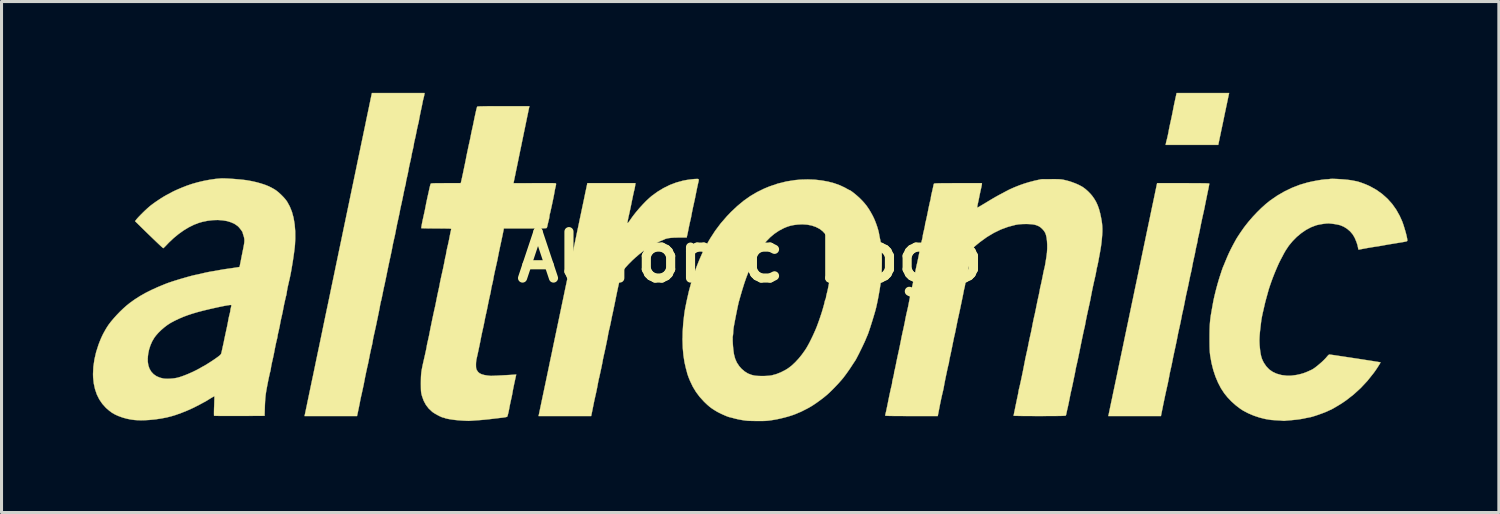
<source format=kicad_pcb>
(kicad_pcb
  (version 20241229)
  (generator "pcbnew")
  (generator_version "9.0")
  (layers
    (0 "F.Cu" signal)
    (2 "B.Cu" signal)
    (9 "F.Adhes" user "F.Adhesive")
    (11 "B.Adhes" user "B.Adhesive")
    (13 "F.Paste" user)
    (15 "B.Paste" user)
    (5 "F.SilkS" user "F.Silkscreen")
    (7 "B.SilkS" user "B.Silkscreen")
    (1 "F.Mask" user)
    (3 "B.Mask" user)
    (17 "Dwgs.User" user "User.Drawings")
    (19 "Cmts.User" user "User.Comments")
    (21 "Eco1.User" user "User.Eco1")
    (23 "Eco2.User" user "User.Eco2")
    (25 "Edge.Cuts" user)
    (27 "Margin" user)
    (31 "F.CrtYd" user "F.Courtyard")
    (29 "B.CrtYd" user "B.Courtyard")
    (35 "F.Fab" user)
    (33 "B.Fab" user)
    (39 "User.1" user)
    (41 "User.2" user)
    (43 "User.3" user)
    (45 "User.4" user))
  (footprint "Altronic Logo"
    (layer "F.Cu")
    (at 21.582 5.39)
    (property "Reference" "Altronic Logo" (at 0 0 0) (layer "F.SilkS") (effects (font (size 1.524 1.524) (thickness 0.3))))
    (attr through_hole)
    (fp_poly (pts (xy 15.718 -5.356) (xy 15.714 -5.339) (xy 15.706 -5.299) (xy 15.693 -5.239) (xy 15.677 -5.16) (xy 15.657 -5.065) (xy 15.634 -4.957) (xy 15.609 -4.836) (xy 15.581 -4.706) (xy 15.553 -4.569) (xy 15.546 -4.534) (xy 15.517 -4.395) (xy 15.489 -4.263) (xy 15.463 -4.14) (xy 15.44 -4.028) (xy 15.419 -3.93) (xy 15.402 -3.847) (xy 15.388 -3.782) (xy 15.379 -3.737) (xy 15.374 -3.714) (xy 15.373 -3.712) (xy 15.367 -3.683) (xy 13.64 -3.683) (xy 13.648 -3.724) (xy 13.655 -3.762) (xy 13.666 -3.809) (xy 13.672 -3.829) (xy 13.693 -3.912) (xy 13.712 -3.996) (xy 13.728 -4.072) (xy 13.74 -4.134) (xy 13.742 -4.147) (xy 13.747 -4.179) (xy 13.758 -4.231) (xy 13.771 -4.298) (xy 13.788 -4.374) (xy 13.805 -4.451) (xy 13.823 -4.533) (xy 13.84 -4.613) (xy 13.855 -4.686) (xy 13.867 -4.745) (xy 13.874 -4.782) (xy 13.889 -4.858) (xy 13.907 -4.953) (xy 13.929 -5.058) (xy 13.953 -5.169) (xy 13.973 -5.261) (xy 14.001 -5.385) (xy 15.725 -5.385) (xy 15.718 -5.356)) (stroke (width 0.01) (type solid)) (fill yes) (layer "F.SilkS"))
    (fp_poly (pts (xy 14.392 -2.426) (xy 14.542 -2.425) (xy 14.67 -2.425) (xy 14.778 -2.424) (xy 14.866 -2.423) (xy 14.936 -2.422) (xy 14.99 -2.42) (xy 15.029 -2.418) (xy 15.056 -2.416) (xy 15.07 -2.413) (xy 15.075 -2.41) (xy 15.075 -2.41) (xy 15.072 -2.393) (xy 15.065 -2.355) (xy 15.055 -2.3) (xy 15.041 -2.23) (xy 15.024 -2.15) (xy 15.01 -2.083) (xy 14.991 -1.99) (xy 14.973 -1.9) (xy 14.956 -1.817) (xy 14.942 -1.746) (xy 14.931 -1.692) (xy 14.927 -1.67) (xy 14.917 -1.619) (xy 14.903 -1.552) (xy 14.886 -1.476) (xy 14.869 -1.399) (xy 14.865 -1.384) (xy 14.848 -1.307) (xy 14.828 -1.214) (xy 14.807 -1.114) (xy 14.787 -1.017) (xy 14.777 -0.965) (xy 14.762 -0.886) (xy 14.746 -0.811) (xy 14.732 -0.745) (xy 14.721 -0.695) (xy 14.713 -0.666) (xy 14.702 -0.622) (xy 14.695 -0.583) (xy 14.694 -0.569) (xy 14.691 -0.543) (xy 14.683 -0.499) (xy 14.671 -0.444) (xy 14.661 -0.404) (xy 14.646 -0.34) (xy 14.632 -0.275) (xy 14.621 -0.219) (xy 14.617 -0.197) (xy 14.61 -0.155) (xy 14.598 -0.095) (xy 14.583 -0.027) (xy 14.567 0.043) (xy 14.567 0.044) (xy 14.55 0.118) (xy 14.534 0.196) (xy 14.52 0.266) (xy 14.511 0.318) (xy 14.499 0.386) (xy 14.483 0.46) (xy 14.468 0.526) (xy 14.467 0.528) (xy 14.455 0.579) (xy 14.44 0.648) (xy 14.424 0.724) (xy 14.409 0.8) (xy 14.408 0.806) (xy 14.392 0.884) (xy 14.375 0.966) (xy 14.359 1.042) (xy 14.344 1.103) (xy 14.344 1.105) (xy 14.332 1.158) (xy 14.316 1.229) (xy 14.299 1.311) (xy 14.282 1.398) (xy 14.269 1.465) (xy 14.253 1.547) (xy 14.238 1.625) (xy 14.223 1.694) (xy 14.211 1.75) (xy 14.203 1.783) (xy 14.19 1.837) (xy 14.176 1.902) (xy 14.166 1.956) (xy 14.158 2.002) (xy 14.145 2.065) (xy 14.13 2.14) (xy 14.113 2.219) (xy 14.104 2.261) (xy 14.088 2.332) (xy 14.073 2.398) (xy 14.061 2.451) (xy 14.053 2.488) (xy 14.05 2.502) (xy 14.021 2.654) (xy 13.995 2.784) (xy 13.972 2.892) (xy 13.953 2.982) (xy 13.938 3.048) (xy 13.925 3.11) (xy 13.908 3.188) (xy 13.89 3.274) (xy 13.873 3.358) (xy 13.868 3.385) (xy 13.853 3.462) (xy 13.837 3.54) (xy 13.822 3.61) (xy 13.809 3.665) (xy 13.805 3.683) (xy 13.793 3.737) (xy 13.778 3.805) (xy 13.764 3.878) (xy 13.756 3.924) (xy 13.743 3.993) (xy 13.726 4.076) (xy 13.708 4.165) (xy 13.689 4.249) (xy 13.686 4.261) (xy 13.665 4.356) (xy 13.64 4.469) (xy 13.613 4.594) (xy 13.586 4.725) (xy 13.559 4.854) (xy 13.535 4.976) (xy 13.53 4.997) (xy 13.519 5.055) (xy 13.507 5.113) (xy 13.499 5.153) (xy 13.486 5.22) (xy 11.757 5.22) (xy 11.765 5.191) (xy 11.768 5.177) (xy 11.776 5.138) (xy 11.789 5.077) (xy 11.806 4.993) (xy 11.828 4.889) (xy 11.854 4.764) (xy 11.885 4.621) (xy 11.918 4.459) (xy 11.956 4.281) (xy 11.997 4.086) (xy 12.041 3.876) (xy 12.088 3.651) (xy 12.137 3.414) (xy 12.19 3.164) (xy 12.245 2.902) (xy 12.301 2.631) (xy 12.36 2.35) (xy 12.421 2.06) (xy 12.483 1.763) (xy 12.546 1.46) (xy 12.56 1.397) (xy 12.623 1.092) (xy 12.686 0.794) (xy 12.747 0.503) (xy 12.806 0.22) (xy 12.863 -0.054) (xy 12.918 -0.317) (xy 12.971 -0.569) (xy 13.021 -0.81) (xy 13.069 -1.037) (xy 13.114 -1.25) (xy 13.155 -1.448) (xy 13.193 -1.63) (xy 13.228 -1.795) (xy 13.259 -1.942) (xy 13.286 -2.071) (xy 13.308 -2.179) (xy 13.327 -2.267) (xy 13.341 -2.333) (xy 13.35 -2.377) (xy 13.354 -2.396) (xy 13.354 -2.397) (xy 13.361 -2.426) (xy 14.218 -2.426) (xy 14.392 -2.426)) (stroke (width 0.01) (type solid)) (fill yes) (layer "F.SilkS"))
    (fp_poly (pts (xy -1.715 -2.564) (xy -1.696 -2.555) (xy -1.689 -2.536) (xy -1.692 -2.502) (xy -1.704 -2.448) (xy -1.707 -2.438) (xy -1.716 -2.401) (xy -1.728 -2.344) (xy -1.744 -2.271) (xy -1.761 -2.188) (xy -1.779 -2.099) (xy -1.797 -2.009) (xy -1.807 -1.956) (xy -1.812 -1.933) (xy -1.821 -1.89) (xy -1.834 -1.833) (xy -1.849 -1.765) (xy -1.86 -1.714) (xy -1.878 -1.635) (xy -1.894 -1.556) (xy -1.909 -1.484) (xy -1.92 -1.426) (xy -1.924 -1.403) (xy -1.936 -1.337) (xy -1.951 -1.263) (xy -1.966 -1.2) (xy -1.98 -1.142) (xy -1.996 -1.071) (xy -2.011 -0.997) (xy -2.019 -0.959) (xy -2.032 -0.891) (xy -2.046 -0.82) (xy -2.059 -0.759) (xy -2.066 -0.73) (xy -2.086 -0.641) (xy -2.335 -0.641) (xy -2.479 -0.639) (xy -2.6 -0.631) (xy -2.699 -0.618) (xy -2.774 -0.6) (xy -2.824 -0.578) (xy -2.859 -0.561) (xy -2.883 -0.552) (xy -2.906 -0.543) (xy -2.947 -0.525) (xy -2.999 -0.501) (xy -3.057 -0.473) (xy -3.115 -0.445) (xy -3.168 -0.418) (xy -3.207 -0.398) (xy -3.303 -0.341) (xy -3.411 -0.269) (xy -3.526 -0.184) (xy -3.644 -0.092) (xy -3.758 0.005) (xy -3.866 0.103) (xy -3.888 0.125) (xy -4.003 0.241) (xy -4.097 0.344) (xy -4.169 0.436) (xy -4.221 0.516) (xy -4.252 0.585) (xy -4.261 0.625) (xy -4.269 0.672) (xy -4.28 0.731) (xy -4.293 0.787) (xy -4.311 0.866) (xy -4.33 0.948) (xy -4.349 1.038) (xy -4.371 1.14) (xy -4.395 1.257) (xy -4.423 1.394) (xy -4.432 1.441) (xy -4.451 1.535) (xy -4.47 1.627) (xy -4.488 1.712) (xy -4.503 1.785) (xy -4.515 1.842) (xy -4.521 1.867) (xy -4.535 1.928) (xy -4.55 2.002) (xy -4.565 2.078) (xy -4.572 2.115) (xy -4.586 2.184) (xy -4.602 2.256) (xy -4.616 2.32) (xy -4.624 2.349) (xy -4.639 2.413) (xy -4.655 2.485) (xy -4.666 2.546) (xy -4.678 2.616) (xy -4.695 2.704) (xy -4.716 2.805) (xy -4.738 2.913) (xy -4.761 3.022) (xy -4.784 3.127) (xy -4.801 3.2) (xy -4.815 3.265) (xy -4.828 3.325) (xy -4.838 3.373) (xy -4.843 3.403) (xy -4.843 3.404) (xy -4.848 3.433) (xy -4.857 3.482) (xy -4.87 3.546) (xy -4.885 3.62) (xy -4.902 3.698) (xy -4.919 3.776) (xy -4.935 3.85) (xy -4.949 3.913) (xy -4.96 3.961) (xy -4.967 3.988) (xy -4.974 4.017) (xy -4.984 4.065) (xy -4.996 4.125) (xy -5.008 4.192) (xy -5.01 4.204) (xy -5.026 4.288) (xy -5.045 4.382) (xy -5.065 4.475) (xy -5.08 4.54) (xy -5.096 4.612) (xy -5.113 4.686) (xy -5.127 4.752) (xy -5.137 4.801) (xy -5.158 4.907) (xy -5.182 5.027) (xy -5.207 5.15) (xy -5.208 5.153) (xy -5.222 5.22) (xy -6.95 5.22) (xy -6.942 5.191) (xy -6.939 5.176) (xy -6.931 5.138) (xy -6.918 5.076) (xy -6.901 4.993) (xy -6.879 4.889) (xy -6.853 4.764) (xy -6.823 4.621) (xy -6.789 4.459) (xy -6.751 4.28) (xy -6.71 4.086) (xy -6.666 3.875) (xy -6.619 3.651) (xy -6.57 3.413) (xy -6.517 3.164) (xy -6.463 2.902) (xy -6.406 2.631) (xy -6.347 2.35) (xy -6.286 2.06) (xy -6.224 1.763) (xy -6.161 1.46) (xy -6.147 1.397) (xy -6.084 1.092) (xy -6.021 0.794) (xy -5.96 0.503) (xy -5.901 0.22) (xy -5.844 -0.054) (xy -5.789 -0.317) (xy -5.736 -0.569) (xy -5.686 -0.81) (xy -5.638 -1.037) (xy -5.594 -1.25) (xy -5.552 -1.448) (xy -5.514 -1.63) (xy -5.479 -1.795) (xy -5.448 -1.943) (xy -5.422 -2.071) (xy -5.399 -2.179) (xy -5.38 -2.267) (xy -5.366 -2.333) (xy -5.357 -2.377) (xy -5.353 -2.396) (xy -5.353 -2.397) (xy -5.346 -2.426) (xy -4.557 -2.426) (xy -3.768 -2.426) (xy -3.777 -2.353) (xy -3.785 -2.301) (xy -3.797 -2.239) (xy -3.809 -2.191) (xy -3.819 -2.151) (xy -3.832 -2.091) (xy -3.848 -2.018) (xy -3.865 -1.935) (xy -3.883 -1.85) (xy -3.886 -1.835) (xy -3.904 -1.743) (xy -3.924 -1.647) (xy -3.943 -1.555) (xy -3.961 -1.474) (xy -3.975 -1.41) (xy -3.975 -1.41) (xy -3.99 -1.345) (xy -4.003 -1.284) (xy -4.013 -1.234) (xy -4.019 -1.203) (xy -4.019 -1.202) (xy -4.026 -1.166) (xy -4.033 -1.139) (xy -4.034 -1.136) (xy -4.032 -1.12) (xy -4.024 -1.118) (xy -4.01 -1.128) (xy -3.986 -1.155) (xy -3.957 -1.194) (xy -3.937 -1.223) (xy -3.851 -1.345) (xy -3.751 -1.472) (xy -3.642 -1.601) (xy -3.529 -1.725) (xy -3.417 -1.841) (xy -3.308 -1.942) (xy -3.239 -2.002) (xy -3.049 -2.141) (xy -2.848 -2.263) (xy -2.64 -2.366) (xy -2.427 -2.447) (xy -2.215 -2.505) (xy -2.178 -2.513) (xy -2.092 -2.529) (xy -1.999 -2.543) (xy -1.908 -2.554) (xy -1.825 -2.562) (xy -1.757 -2.565) (xy -1.747 -2.565) (xy -1.715 -2.564)) (stroke (width 0.01) (type solid)) (fill yes) (layer "F.SilkS"))
    (fp_poly (pts (xy -10.7 -5.331) (xy -10.709 -5.284) (xy -10.722 -5.232) (xy -10.727 -5.213) (xy -10.74 -5.161) (xy -10.753 -5.103) (xy -10.757 -5.08) (xy -10.764 -5.044) (xy -10.775 -4.988) (xy -10.789 -4.92) (xy -10.805 -4.846) (xy -10.815 -4.801) (xy -10.831 -4.724) (xy -10.846 -4.649) (xy -10.859 -4.582) (xy -10.869 -4.53) (xy -10.872 -4.51) (xy -10.882 -4.453) (xy -10.895 -4.396) (xy -10.903 -4.364) (xy -10.912 -4.328) (xy -10.924 -4.274) (xy -10.939 -4.207) (xy -10.953 -4.135) (xy -10.96 -4.102) (xy -10.974 -4.029) (xy -10.989 -3.959) (xy -11.002 -3.899) (xy -11.013 -3.855) (xy -11.016 -3.842) (xy -11.029 -3.789) (xy -11.04 -3.731) (xy -11.043 -3.708) (xy -11.05 -3.665) (xy -11.061 -3.606) (xy -11.075 -3.542) (xy -11.083 -3.512) (xy -11.098 -3.448) (xy -11.112 -3.383) (xy -11.122 -3.328) (xy -11.125 -3.308) (xy -11.133 -3.263) (xy -11.146 -3.202) (xy -11.161 -3.136) (xy -11.17 -3.099) (xy -11.186 -3.029) (xy -11.202 -2.953) (xy -11.215 -2.884) (xy -11.22 -2.857) (xy -11.231 -2.796) (xy -11.246 -2.722) (xy -11.263 -2.647) (xy -11.27 -2.617) (xy -11.284 -2.559) (xy -11.295 -2.507) (xy -11.302 -2.468) (xy -11.303 -2.452) (xy -11.307 -2.42) (xy -11.316 -2.378) (xy -11.322 -2.358) (xy -11.33 -2.327) (xy -11.342 -2.275) (xy -11.356 -2.209) (xy -11.373 -2.132) (xy -11.389 -2.05) (xy -11.392 -2.034) (xy -11.409 -1.95) (xy -11.426 -1.869) (xy -11.441 -1.797) (xy -11.454 -1.739) (xy -11.463 -1.7) (xy -11.464 -1.695) (xy -11.476 -1.642) (xy -11.49 -1.578) (xy -11.5 -1.524) (xy -11.508 -1.478) (xy -11.521 -1.414) (xy -11.537 -1.34) (xy -11.554 -1.261) (xy -11.563 -1.219) (xy -11.582 -1.137) (xy -11.6 -1.05) (xy -11.616 -0.969) (xy -11.63 -0.9) (xy -11.634 -0.876) (xy -11.647 -0.809) (xy -11.663 -0.727) (xy -11.682 -0.644) (xy -11.697 -0.578) (xy -11.714 -0.505) (xy -11.73 -0.43) (xy -11.744 -0.361) (xy -11.753 -0.311) (xy -11.762 -0.262) (xy -11.775 -0.196) (xy -11.791 -0.12) (xy -11.808 -0.04) (xy -11.815 -0.006) (xy -11.832 0.067) (xy -11.851 0.158) (xy -11.873 0.26) (xy -11.895 0.367) (xy -11.917 0.472) (xy -11.925 0.514) (xy -11.944 0.608) (xy -11.963 0.7) (xy -11.981 0.785) (xy -11.996 0.858) (xy -12.008 0.915) (xy -12.014 0.94) (xy -12.026 0.992) (xy -12.041 1.062) (xy -12.057 1.14) (xy -12.073 1.22) (xy -12.078 1.243) (xy -12.091 1.311) (xy -12.104 1.37) (xy -12.114 1.416) (xy -12.122 1.444) (xy -12.124 1.45) (xy -12.129 1.468) (xy -12.137 1.504) (xy -12.147 1.553) (xy -12.154 1.592) (xy -12.167 1.666) (xy -12.185 1.759) (xy -12.207 1.867) (xy -12.231 1.985) (xy -12.257 2.108) (xy -12.282 2.231) (xy -12.308 2.348) (xy -12.331 2.455) (xy -12.352 2.547) (xy -12.358 2.572) (xy -12.372 2.636) (xy -12.385 2.705) (xy -12.395 2.765) (xy -12.405 2.827) (xy -12.42 2.897) (xy -12.433 2.949) (xy -12.443 2.992) (xy -12.457 3.055) (xy -12.473 3.129) (xy -12.49 3.21) (xy -12.502 3.274) (xy -12.518 3.353) (xy -12.533 3.43) (xy -12.547 3.497) (xy -12.559 3.55) (xy -12.566 3.579) (xy -12.576 3.621) (xy -12.589 3.683) (xy -12.606 3.758) (xy -12.623 3.842) (xy -12.641 3.927) (xy -12.657 4.01) (xy -12.671 4.083) (xy -12.681 4.134) (xy -12.689 4.177) (xy -12.702 4.239) (xy -12.718 4.312) (xy -12.735 4.39) (xy -12.744 4.432) (xy -12.76 4.504) (xy -12.775 4.569) (xy -12.787 4.623) (xy -12.795 4.66) (xy -12.798 4.674) (xy -12.808 4.727) (xy -12.821 4.797) (xy -12.837 4.876) (xy -12.853 4.956) (xy -12.869 5.031) (xy -12.882 5.093) (xy -12.888 5.121) (xy -12.91 5.22) (xy -14.633 5.22) (xy -14.626 5.191) (xy -14.623 5.177) (xy -14.615 5.139) (xy -14.602 5.078) (xy -14.585 4.995) (xy -14.563 4.892) (xy -14.538 4.769) (xy -14.508 4.627) (xy -14.475 4.467) (xy -14.438 4.291) (xy -14.398 4.098) (xy -14.354 3.892) (xy -14.308 3.671) (xy -14.26 3.438) (xy -14.209 3.193) (xy -14.155 2.938) (xy -14.1 2.673) (xy -14.043 2.399) (xy -13.985 2.118) (xy -13.925 1.83) (xy -13.863 1.537) (xy -13.801 1.24) (xy -13.739 0.939) (xy -13.675 0.635) (xy -13.612 0.33) (xy -13.548 0.024) (xy -13.485 -0.28) (xy -13.421 -0.584) (xy -13.359 -0.884) (xy -13.297 -1.181) (xy -13.236 -1.474) (xy -13.176 -1.76) (xy -13.118 -2.04) (xy -13.061 -2.312) (xy -13.006 -2.576) (xy -12.953 -2.83) (xy -12.903 -3.073) (xy -12.855 -3.304) (xy -12.809 -3.522) (xy -12.767 -3.727) (xy -12.727 -3.916) (xy -12.691 -4.09) (xy -12.658 -4.247) (xy -12.629 -4.386) (xy -12.611 -4.477) (xy -12.581 -4.621) (xy -12.552 -4.758) (xy -12.525 -4.886) (xy -12.501 -5.003) (xy -12.479 -5.107) (xy -12.461 -5.196) (xy -12.446 -5.267) (xy -12.435 -5.319) (xy -12.428 -5.349) (xy -12.427 -5.356) (xy -12.42 -5.385) (xy -10.691 -5.385) (xy -10.7 -5.331)) (stroke (width 0.01) (type solid)) (fill yes) (layer "F.SilkS"))
    (fp_poly (pts (xy 19.187 -2.566) (xy 19.266 -2.563) (xy 19.352 -2.558) (xy 19.44 -2.552) (xy 19.527 -2.545) (xy 19.608 -2.537) (xy 19.677 -2.529) (xy 19.732 -2.521) (xy 19.738 -2.52) (xy 19.796 -2.509) (xy 19.852 -2.498) (xy 19.895 -2.49) (xy 19.901 -2.489) (xy 19.961 -2.474) (xy 20.038 -2.45) (xy 20.124 -2.419) (xy 20.214 -2.384) (xy 20.3 -2.347) (xy 20.358 -2.319) (xy 20.565 -2.203) (xy 20.753 -2.068) (xy 20.923 -1.916) (xy 21.076 -1.746) (xy 21.209 -1.559) (xy 21.324 -1.355) (xy 21.405 -1.175) (xy 21.431 -1.105) (xy 21.458 -1.025) (xy 21.484 -0.939) (xy 21.51 -0.852) (xy 21.533 -0.768) (xy 21.552 -0.69) (xy 21.566 -0.624) (xy 21.574 -0.573) (xy 21.576 -0.541) (xy 21.575 -0.539) (xy 21.574 -0.533) (xy 21.57 -0.527) (xy 21.563 -0.522) (xy 21.549 -0.516) (xy 21.526 -0.51) (xy 21.493 -0.503) (xy 21.447 -0.494) (xy 21.386 -0.484) (xy 21.307 -0.471) (xy 21.209 -0.455) (xy 21.088 -0.435) (xy 21.025 -0.425) (xy 20.961 -0.415) (xy 20.884 -0.401) (xy 20.807 -0.387) (xy 20.771 -0.38) (xy 20.703 -0.368) (xy 20.632 -0.356) (xy 20.571 -0.347) (xy 20.542 -0.343) (xy 20.504 -0.337) (xy 20.446 -0.328) (xy 20.375 -0.316) (xy 20.297 -0.303) (xy 20.216 -0.288) (xy 20.139 -0.274) (xy 20.072 -0.261) (xy 20.019 -0.251) (xy 19.994 -0.246) (xy 19.978 -0.245) (xy 19.968 -0.255) (xy 19.962 -0.281) (xy 19.958 -0.306) (xy 19.94 -0.391) (xy 19.907 -0.492) (xy 19.861 -0.603) (xy 19.844 -0.641) (xy 19.781 -0.746) (xy 19.699 -0.842) (xy 19.6 -0.927) (xy 19.492 -0.995) (xy 19.377 -1.044) (xy 19.366 -1.047) (xy 19.309 -1.061) (xy 19.237 -1.075) (xy 19.157 -1.088) (xy 19.08 -1.098) (xy 19.013 -1.104) (xy 18.98 -1.105) (xy 18.918 -1.102) (xy 18.84 -1.093) (xy 18.755 -1.08) (xy 18.672 -1.065) (xy 18.599 -1.048) (xy 18.573 -1.04) (xy 18.411 -0.978) (xy 18.251 -0.893) (xy 18.096 -0.787) (xy 17.947 -0.664) (xy 17.81 -0.525) (xy 17.685 -0.374) (xy 17.577 -0.212) (xy 17.527 -0.124) (xy 17.5 -0.073) (xy 17.467 -0.009) (xy 17.431 0.058) (xy 17.408 0.102) (xy 17.363 0.191) (xy 17.314 0.3) (xy 17.261 0.423) (xy 17.207 0.554) (xy 17.155 0.687) (xy 17.107 0.818) (xy 17.064 0.942) (xy 17.028 1.052) (xy 17.011 1.111) (xy 16.992 1.181) (xy 16.97 1.26) (xy 16.95 1.332) (xy 16.948 1.34) (xy 16.931 1.402) (xy 16.914 1.465) (xy 16.901 1.519) (xy 16.898 1.53) (xy 16.889 1.57) (xy 16.876 1.628) (xy 16.86 1.697) (xy 16.843 1.772) (xy 16.835 1.803) (xy 16.818 1.881) (xy 16.802 1.958) (xy 16.789 2.03) (xy 16.78 2.086) (xy 16.778 2.102) (xy 16.77 2.167) (xy 16.761 2.242) (xy 16.753 2.31) (xy 16.753 2.311) (xy 16.738 2.441) (xy 16.728 2.55) (xy 16.722 2.645) (xy 16.719 2.731) (xy 16.721 2.812) (xy 16.725 2.895) (xy 16.732 2.965) (xy 16.745 3.086) (xy 16.761 3.186) (xy 16.78 3.271) (xy 16.804 3.345) (xy 16.835 3.415) (xy 16.866 3.474) (xy 16.947 3.592) (xy 17.042 3.691) (xy 17.154 3.769) (xy 17.282 3.829) (xy 17.427 3.87) (xy 17.456 3.876) (xy 17.613 3.895) (xy 17.77 3.894) (xy 17.933 3.872) (xy 18.045 3.848) (xy 18.116 3.829) (xy 18.18 3.809) (xy 18.244 3.785) (xy 18.315 3.755) (xy 18.399 3.717) (xy 18.434 3.701) (xy 18.485 3.672) (xy 18.548 3.628) (xy 18.619 3.573) (xy 18.694 3.51) (xy 18.769 3.445) (xy 18.838 3.379) (xy 18.898 3.317) (xy 18.943 3.264) (xy 18.944 3.263) (xy 18.979 3.223) (xy 19.007 3.203) (xy 19.018 3.201) (xy 19.035 3.203) (xy 19.074 3.208) (xy 19.133 3.216) (xy 19.209 3.227) (xy 19.299 3.241) (xy 19.402 3.256) (xy 19.514 3.273) (xy 19.633 3.291) (xy 19.757 3.31) (xy 19.883 3.329) (xy 20.008 3.348) (xy 20.13 3.367) (xy 20.247 3.385) (xy 20.355 3.402) (xy 20.453 3.417) (xy 20.538 3.431) (xy 20.607 3.442) (xy 20.658 3.45) (xy 20.688 3.455) (xy 20.695 3.457) (xy 20.691 3.47) (xy 20.675 3.499) (xy 20.649 3.542) (xy 20.616 3.594) (xy 20.579 3.652) (xy 20.539 3.711) (xy 20.499 3.768) (xy 20.468 3.81) (xy 20.266 4.064) (xy 20.048 4.297) (xy 19.814 4.511) (xy 19.564 4.706) (xy 19.45 4.784) (xy 19.406 4.813) (xy 19.352 4.846) (xy 19.293 4.882) (xy 19.232 4.918) (xy 19.174 4.952) (xy 19.123 4.981) (xy 19.083 5.003) (xy 19.058 5.015) (xy 19.053 5.016) (xy 19.039 5.022) (xy 19.008 5.035) (xy 18.967 5.055) (xy 18.952 5.062) (xy 18.903 5.084) (xy 18.838 5.11) (xy 18.762 5.138) (xy 18.682 5.167) (xy 18.601 5.195) (xy 18.525 5.22) (xy 18.459 5.24) (xy 18.409 5.254) (xy 18.39 5.258) (xy 18.354 5.264) (xy 18.301 5.275) (xy 18.239 5.287) (xy 18.18 5.3) (xy 18.109 5.314) (xy 18.034 5.326) (xy 17.951 5.337) (xy 17.854 5.347) (xy 17.74 5.358) (xy 17.653 5.365) (xy 17.609 5.369) (xy 17.572 5.373) (xy 17.558 5.376) (xy 17.531 5.377) (xy 17.49 5.375) (xy 17.462 5.372) (xy 17.415 5.367) (xy 17.354 5.363) (xy 17.292 5.361) (xy 17.285 5.36) (xy 17.104 5.348) (xy 16.914 5.317) (xy 16.722 5.269) (xy 16.533 5.206) (xy 16.352 5.129) (xy 16.186 5.042) (xy 16.092 4.981) (xy 15.942 4.867) (xy 15.798 4.738) (xy 15.667 4.6) (xy 15.563 4.47) (xy 15.456 4.307) (xy 15.361 4.124) (xy 15.276 3.923) (xy 15.205 3.709) (xy 15.148 3.483) (xy 15.106 3.25) (xy 15.105 3.244) (xy 15.098 3.189) (xy 15.092 3.132) (xy 15.088 3.069) (xy 15.085 2.997) (xy 15.083 2.912) (xy 15.082 2.809) (xy 15.081 2.685) (xy 15.081 2.673) (xy 15.082 2.521) (xy 15.084 2.39) (xy 15.088 2.275) (xy 15.094 2.172) (xy 15.103 2.077) (xy 15.114 1.984) (xy 15.128 1.89) (xy 15.139 1.829) (xy 15.151 1.758) (xy 15.166 1.674) (xy 15.181 1.591) (xy 15.189 1.543) (xy 15.216 1.401) (xy 15.252 1.243) (xy 15.294 1.074) (xy 15.34 0.902) (xy 15.389 0.734) (xy 15.42 0.635) (xy 15.447 0.554) (xy 15.471 0.479) (xy 15.493 0.414) (xy 15.511 0.363) (xy 15.523 0.331) (xy 15.526 0.324) (xy 15.538 0.297) (xy 15.557 0.253) (xy 15.579 0.198) (xy 15.603 0.14) (xy 15.66 0.003) (xy 15.718 -0.128) (xy 15.781 -0.258) (xy 15.852 -0.395) (xy 15.933 -0.544) (xy 15.961 -0.594) (xy 15.984 -0.632) (xy 16.019 -0.686) (xy 16.061 -0.75) (xy 16.107 -0.819) (xy 16.155 -0.887) (xy 16.199 -0.951) (xy 16.238 -1.003) (xy 16.242 -1.009) (xy 16.364 -1.163) (xy 16.497 -1.317) (xy 16.638 -1.467) (xy 16.782 -1.609) (xy 16.924 -1.737) (xy 17.06 -1.847) (xy 17.062 -1.849) (xy 17.294 -2.01) (xy 17.538 -2.152) (xy 17.791 -2.274) (xy 18.049 -2.374) (xy 18.309 -2.45) (xy 18.479 -2.487) (xy 18.6 -2.51) (xy 18.7 -2.527) (xy 18.781 -2.539) (xy 18.846 -2.547) (xy 18.899 -2.552) (xy 18.933 -2.553) (xy 18.982 -2.556) (xy 19.029 -2.562) (xy 19.04 -2.564) (xy 19.07 -2.567) (xy 19.121 -2.568) (xy 19.187 -2.566)) (stroke (width 0.01) (type solid)) (fill yes) (layer "F.SilkS"))
    (fp_poly (pts (xy 2.12 -2.54) (xy 2.342 -2.515) (xy 2.554 -2.477) (xy 2.755 -2.424) (xy 2.94 -2.358) (xy 3.107 -2.28) (xy 3.152 -2.254) (xy 3.197 -2.229) (xy 3.234 -2.209) (xy 3.258 -2.198) (xy 3.262 -2.197) (xy 3.281 -2.189) (xy 3.315 -2.167) (xy 3.36 -2.134) (xy 3.412 -2.094) (xy 3.468 -2.048) (xy 3.523 -2) (xy 3.575 -1.954) (xy 3.598 -1.932) (xy 3.685 -1.844) (xy 3.76 -1.76) (xy 3.828 -1.674) (xy 3.892 -1.581) (xy 3.956 -1.476) (xy 4.024 -1.352) (xy 4.027 -1.346) (xy 4.065 -1.268) (xy 4.104 -1.175) (xy 4.142 -1.075) (xy 4.176 -0.975) (xy 4.204 -0.88) (xy 4.224 -0.798) (xy 4.229 -0.77) (xy 4.239 -0.712) (xy 4.252 -0.644) (xy 4.266 -0.581) (xy 4.266 -0.579) (xy 4.278 -0.523) (xy 4.29 -0.451) (xy 4.301 -0.375) (xy 4.307 -0.324) (xy 4.314 -0.241) (xy 4.319 -0.138) (xy 4.322 -0.02) (xy 4.323 0.107) (xy 4.322 0.239) (xy 4.32 0.371) (xy 4.315 0.496) (xy 4.308 0.61) (xy 4.301 0.699) (xy 4.288 0.816) (xy 4.268 0.951) (xy 4.245 1.098) (xy 4.218 1.25) (xy 4.19 1.401) (xy 4.16 1.544) (xy 4.133 1.664) (xy 4.117 1.725) (xy 4.096 1.802) (xy 4.07 1.891) (xy 4.041 1.988) (xy 4.01 2.089) (xy 3.978 2.191) (xy 3.947 2.289) (xy 3.917 2.379) (xy 3.891 2.457) (xy 3.868 2.521) (xy 3.851 2.564) (xy 3.848 2.572) (xy 3.833 2.605) (xy 3.812 2.654) (xy 3.788 2.712) (xy 3.772 2.75) (xy 3.751 2.797) (xy 3.722 2.858) (xy 3.688 2.931) (xy 3.65 3.009) (xy 3.61 3.09) (xy 3.571 3.17) (xy 3.533 3.243) (xy 3.5 3.307) (xy 3.474 3.356) (xy 3.456 3.387) (xy 3.454 3.391) (xy 3.44 3.411) (xy 3.415 3.449) (xy 3.381 3.5) (xy 3.342 3.56) (xy 3.299 3.626) (xy 3.247 3.703) (xy 3.19 3.784) (xy 3.133 3.863) (xy 3.081 3.932) (xy 3.053 3.969) (xy 2.987 4.047) (xy 2.909 4.135) (xy 2.823 4.227) (xy 2.735 4.318) (xy 2.648 4.405) (xy 2.569 4.48) (xy 2.508 4.534) (xy 2.411 4.614) (xy 2.305 4.694) (xy 2.198 4.772) (xy 2.093 4.844) (xy 1.997 4.905) (xy 1.919 4.95) (xy 1.861 4.981) (xy 1.801 5.011) (xy 1.744 5.04) (xy 1.695 5.065) (xy 1.658 5.083) (xy 1.636 5.092) (xy 1.634 5.093) (xy 1.619 5.098) (xy 1.588 5.111) (xy 1.547 5.129) (xy 1.546 5.13) (xy 1.464 5.164) (xy 1.362 5.2) (xy 1.246 5.236) (xy 1.121 5.27) (xy 0.994 5.301) (xy 0.87 5.328) (xy 0.768 5.346) (xy 0.683 5.359) (xy 0.612 5.369) (xy 0.549 5.376) (xy 0.488 5.38) (xy 0.421 5.382) (xy 0.342 5.383) (xy 0.254 5.382) (xy 0.169 5.382) (xy 0.09 5.381) (xy 0.02 5.379) (xy -0.035 5.378) (xy -0.071 5.376) (xy -0.076 5.376) (xy -0.168 5.366) (xy -0.274 5.35) (xy -0.383 5.33) (xy -0.484 5.307) (xy -0.529 5.295) (xy -0.584 5.28) (xy -0.63 5.268) (xy -0.662 5.26) (xy -0.674 5.258) (xy -0.698 5.252) (xy -0.74 5.238) (xy -0.795 5.216) (xy -0.858 5.189) (xy -0.925 5.159) (xy -0.99 5.128) (xy -1.05 5.098) (xy -1.099 5.071) (xy -1.106 5.067) (xy -1.194 5.013) (xy -1.268 4.964) (xy -1.335 4.913) (xy -1.401 4.857) (xy -1.473 4.789) (xy -1.525 4.738) (xy -1.661 4.588) (xy -1.78 4.429) (xy -1.884 4.257) (xy -1.975 4.066) (xy -2.011 3.98) (xy -2.031 3.926) (xy -2.049 3.876) (xy -2.061 3.839) (xy -2.065 3.828) (xy -2.072 3.8) (xy -2.083 3.755) (xy -2.098 3.7) (xy -2.109 3.662) (xy -2.157 3.453) (xy -2.192 3.224) (xy -2.214 2.98) (xy -2.222 2.721) (xy -2.221 2.689) (xy -0.577 2.689) (xy -0.575 2.76) (xy -0.571 2.841) (xy -0.565 2.928) (xy -0.557 3.015) (xy -0.547 3.097) (xy -0.537 3.169) (xy -0.533 3.193) (xy -0.495 3.337) (xy -0.438 3.466) (xy -0.361 3.582) (xy -0.286 3.667) (xy -0.183 3.756) (xy -0.075 3.823) (xy 0.045 3.869) (xy 0.14 3.892) (xy 0.204 3.9) (xy 0.286 3.904) (xy 0.379 3.906) (xy 0.474 3.905) (xy 0.566 3.901) (xy 0.646 3.894) (xy 0.7 3.886) (xy 0.853 3.845) (xy 1.008 3.784) (xy 1.158 3.707) (xy 1.245 3.653) (xy 1.357 3.568) (xy 1.472 3.461) (xy 1.587 3.338) (xy 1.699 3.2) (xy 1.804 3.053) (xy 1.848 2.984) (xy 1.891 2.909) (xy 1.942 2.816) (xy 1.995 2.71) (xy 2.05 2.597) (xy 2.102 2.483) (xy 2.15 2.374) (xy 2.191 2.274) (xy 2.193 2.267) (xy 2.231 2.165) (xy 2.27 2.055) (xy 2.309 1.941) (xy 2.346 1.828) (xy 2.379 1.72) (xy 2.407 1.622) (xy 2.43 1.538) (xy 2.444 1.473) (xy 2.445 1.468) (xy 2.456 1.426) (xy 2.47 1.389) (xy 2.472 1.385) (xy 2.485 1.352) (xy 2.489 1.327) (xy 2.492 1.303) (xy 2.5 1.263) (xy 2.512 1.211) (xy 2.52 1.181) (xy 2.537 1.112) (xy 2.554 1.034) (xy 2.572 0.943) (xy 2.592 0.836) (xy 2.615 0.709) (xy 2.628 0.635) (xy 2.648 0.491) (xy 2.663 0.338) (xy 2.672 0.184) (xy 2.674 0.036) (xy 2.669 -0.095) (xy 2.669 -0.103) (xy 2.652 -0.259) (xy 2.627 -0.395) (xy 2.593 -0.514) (xy 2.548 -0.62) (xy 2.492 -0.717) (xy 2.462 -0.759) (xy 2.377 -0.851) (xy 2.274 -0.928) (xy 2.153 -0.99) (xy 2.018 -1.036) (xy 1.871 -1.064) (xy 1.714 -1.075) (xy 1.565 -1.068) (xy 1.435 -1.052) (xy 1.321 -1.029) (xy 1.215 -0.996) (xy 1.107 -0.951) (xy 1.1 -0.948) (xy 0.943 -0.865) (xy 0.796 -0.766) (xy 0.658 -0.651) (xy 0.528 -0.518) (xy 0.404 -0.364) (xy 0.284 -0.189) (xy 0.166 0.01) (xy 0.161 0.021) (xy 0.13 0.077) (xy 0.104 0.125) (xy 0.086 0.161) (xy 0.077 0.18) (xy 0.076 0.182) (xy 0.071 0.196) (xy 0.058 0.228) (xy 0.038 0.271) (xy 0.027 0.295) (xy -0.046 0.46) (xy -0.119 0.646) (xy -0.191 0.851) (xy -0.26 1.072) (xy -0.305 1.226) (xy -0.325 1.295) (xy -0.344 1.362) (xy -0.36 1.419) (xy -0.372 1.46) (xy -0.374 1.467) (xy -0.382 1.497) (xy -0.393 1.548) (xy -0.408 1.616) (xy -0.425 1.697) (xy -0.443 1.787) (xy -0.462 1.881) (xy -0.481 1.977) (xy -0.499 2.07) (xy -0.515 2.156) (xy -0.529 2.231) (xy -0.54 2.291) (xy -0.545 2.321) (xy -0.552 2.379) (xy -0.557 2.438) (xy -0.559 2.48) (xy -0.562 2.531) (xy -0.568 2.58) (xy -0.572 2.597) (xy -0.576 2.633) (xy -0.577 2.689) (xy -2.221 2.689) (xy -2.217 2.45) (xy -2.198 2.171) (xy -2.172 1.936) (xy -2.164 1.875) (xy -2.157 1.823) (xy -2.15 1.775) (xy -2.142 1.727) (xy -2.132 1.674) (xy -2.12 1.613) (xy -2.105 1.538) (xy -2.086 1.446) (xy -2.069 1.367) (xy -2.009 1.106) (xy -1.935 0.838) (xy -1.851 0.571) (xy -1.759 0.314) (xy -1.677 0.11) (xy -1.644 0.033) (xy -1.611 -0.042) (xy -1.581 -0.111) (xy -1.554 -0.169) (xy -1.534 -0.212) (xy -1.523 -0.234) (xy -1.511 -0.254) (xy -1.491 -0.291) (xy -1.465 -0.34) (xy -1.44 -0.386) (xy -1.411 -0.439) (xy -1.386 -0.485) (xy -1.368 -0.519) (xy -1.359 -0.533) (xy -1.346 -0.554) (xy -1.326 -0.589) (xy -1.309 -0.617) (xy -1.151 -0.861) (xy -0.97 -1.102) (xy -0.767 -1.337) (xy -0.629 -1.481) (xy -0.422 -1.676) (xy -0.213 -1.849) (xy 0.001 -2) (xy 0.223 -2.131) (xy 0.457 -2.246) (xy 0.629 -2.317) (xy 0.908 -2.412) (xy 1.192 -2.482) (xy 1.482 -2.527) (xy 1.664 -2.543) (xy 1.893 -2.549) (xy 2.12 -2.54)) (stroke (width 0.01) (type solid)) (fill yes) (layer "F.SilkS"))
    (fp_poly (pts (xy -17.24 -2.581) (xy -17.154 -2.577) (xy -17.056 -2.571) (xy -16.952 -2.564) (xy -16.846 -2.555) (xy -16.743 -2.546) (xy -16.647 -2.536) (xy -16.564 -2.526) (xy -16.523 -2.52) (xy -16.367 -2.492) (xy -16.212 -2.457) (xy -16.064 -2.416) (xy -15.927 -2.371) (xy -15.806 -2.322) (xy -15.716 -2.277) (xy -15.675 -2.254) (xy -15.636 -2.232) (xy -15.627 -2.227) (xy -15.564 -2.186) (xy -15.491 -2.128) (xy -15.415 -2.059) (xy -15.341 -1.985) (xy -15.274 -1.911) (xy -15.22 -1.841) (xy -15.205 -1.819) (xy -15.118 -1.661) (xy -15.047 -1.485) (xy -14.994 -1.29) (xy -14.958 -1.077) (xy -14.939 -0.846) (xy -14.938 -0.598) (xy -14.947 -0.413) (xy -14.954 -0.333) (xy -14.966 -0.233) (xy -14.981 -0.118) (xy -14.999 0.007) (xy -15.018 0.138) (xy -15.04 0.269) (xy -15.061 0.396) (xy -15.082 0.513) (xy -15.103 0.617) (xy -15.119 0.694) (xy -15.136 0.765) (xy -15.153 0.841) (xy -15.169 0.91) (xy -15.176 0.94) (xy -15.191 1.007) (xy -15.204 1.08) (xy -15.215 1.146) (xy -15.215 1.149) (xy -15.223 1.197) (xy -15.229 1.235) (xy -15.234 1.256) (xy -15.234 1.258) (xy -15.24 1.275) (xy -15.249 1.311) (xy -15.261 1.363) (xy -15.275 1.425) (xy -15.29 1.493) (xy -15.305 1.561) (xy -15.318 1.626) (xy -15.329 1.681) (xy -15.336 1.721) (xy -15.347 1.779) (xy -15.362 1.851) (xy -15.378 1.923) (xy -15.386 1.956) (xy -15.402 2.026) (xy -15.418 2.102) (xy -15.432 2.171) (xy -15.436 2.197) (xy -15.447 2.259) (xy -15.463 2.333) (xy -15.479 2.407) (xy -15.486 2.437) (xy -15.5 2.495) (xy -15.511 2.546) (xy -15.518 2.584) (xy -15.519 2.599) (xy -15.523 2.626) (xy -15.532 2.668) (xy -15.544 2.717) (xy -15.545 2.721) (xy -15.556 2.764) (xy -15.57 2.826) (xy -15.586 2.9) (xy -15.602 2.981) (xy -15.615 3.048) (xy -15.631 3.133) (xy -15.649 3.221) (xy -15.666 3.302) (xy -15.682 3.372) (xy -15.691 3.41) (xy -15.706 3.477) (xy -15.721 3.548) (xy -15.732 3.611) (xy -15.735 3.632) (xy -15.743 3.685) (xy -15.752 3.732) (xy -15.76 3.765) (xy -15.761 3.766) (xy -15.771 3.802) (xy -15.784 3.86) (xy -15.8 3.933) (xy -15.818 4.017) (xy -15.836 4.107) (xy -15.854 4.2) (xy -15.871 4.29) (xy -15.886 4.373) (xy -15.896 4.432) (xy -15.91 4.528) (xy -15.92 4.626) (xy -15.928 4.733) (xy -15.934 4.856) (xy -15.936 4.921) (xy -15.945 5.213) (xy -16.77 5.217) (xy -16.912 5.217) (xy -17.047 5.217) (xy -17.172 5.217) (xy -17.286 5.217) (xy -17.385 5.216) (xy -17.469 5.215) (xy -17.534 5.214) (xy -17.579 5.212) (xy -17.601 5.211) (xy -17.603 5.21) (xy -17.605 5.195) (xy -17.606 5.159) (xy -17.606 5.104) (xy -17.605 5.034) (xy -17.603 4.954) (xy -17.6 4.89) (xy -17.597 4.804) (xy -17.595 4.726) (xy -17.593 4.66) (xy -17.592 4.61) (xy -17.592 4.579) (xy -17.593 4.571) (xy -17.604 4.574) (xy -17.632 4.588) (xy -17.674 4.612) (xy -17.725 4.643) (xy -17.736 4.649) (xy -17.79 4.683) (xy -17.837 4.712) (xy -17.873 4.734) (xy -17.893 4.745) (xy -17.894 4.746) (xy -17.912 4.755) (xy -17.947 4.773) (xy -17.996 4.8) (xy -18.054 4.831) (xy -18.091 4.851) (xy -18.281 4.948) (xy -18.482 5.039) (xy -18.686 5.121) (xy -18.884 5.191) (xy -18.984 5.221) (xy -19.158 5.266) (xy -19.346 5.302) (xy -19.54 5.33) (xy -19.736 5.349) (xy -19.925 5.359) (xy -20.102 5.357) (xy -20.212 5.35) (xy -20.334 5.334) (xy -20.464 5.308) (xy -20.589 5.274) (xy -20.62 5.264) (xy -20.746 5.218) (xy -20.853 5.17) (xy -20.948 5.116) (xy -21.038 5.051) (xy -21.13 4.972) (xy -21.157 4.947) (xy -21.273 4.818) (xy -21.372 4.673) (xy -21.452 4.512) (xy -21.512 4.336) (xy -21.553 4.148) (xy -21.574 3.948) (xy -21.577 3.84) (xy -21.566 3.605) (xy -21.531 3.363) (xy -21.518 3.305) (xy -19.781 3.305) (xy -19.78 3.434) (xy -19.763 3.552) (xy -19.728 3.656) (xy -19.725 3.664) (xy -19.665 3.765) (xy -19.588 3.847) (xy -19.494 3.912) (xy -19.381 3.96) (xy -19.269 3.988) (xy -19.199 3.996) (xy -19.113 3.997) (xy -19.018 3.992) (xy -18.923 3.983) (xy -18.835 3.968) (xy -18.783 3.956) (xy -18.679 3.924) (xy -18.559 3.88) (xy -18.432 3.828) (xy -18.304 3.771) (xy -18.182 3.711) (xy -18.071 3.652) (xy -18.028 3.626) (xy -17.987 3.603) (xy -17.948 3.582) (xy -17.939 3.577) (xy -17.909 3.561) (xy -17.862 3.533) (xy -17.805 3.497) (xy -17.74 3.456) (xy -17.674 3.413) (xy -17.611 3.371) (xy -17.556 3.333) (xy -17.515 3.304) (xy -17.459 3.263) (xy -17.42 3.232) (xy -17.394 3.207) (xy -17.377 3.184) (xy -17.366 3.158) (xy -17.358 3.125) (xy -17.353 3.105) (xy -17.331 3.004) (xy -17.314 2.925) (xy -17.3 2.864) (xy -17.29 2.817) (xy -17.282 2.781) (xy -17.277 2.753) (xy -17.273 2.731) (xy -17.266 2.7) (xy -17.256 2.65) (xy -17.242 2.585) (xy -17.226 2.51) (xy -17.209 2.432) (xy -17.191 2.349) (xy -17.173 2.266) (xy -17.158 2.19) (xy -17.146 2.127) (xy -17.139 2.088) (xy -17.127 2.022) (xy -17.111 1.949) (xy -17.096 1.888) (xy -17.083 1.837) (xy -17.073 1.792) (xy -17.069 1.761) (xy -17.069 1.758) (xy -17.065 1.727) (xy -17.056 1.684) (xy -17.048 1.655) (xy -17.039 1.615) (xy -17.036 1.586) (xy -17.039 1.575) (xy -17.057 1.572) (xy -17.1 1.576) (xy -17.167 1.586) (xy -17.257 1.602) (xy -17.372 1.625) (xy -17.509 1.654) (xy -17.514 1.655) (xy -17.745 1.707) (xy -17.954 1.757) (xy -18.144 1.807) (xy -18.316 1.858) (xy -18.473 1.91) (xy -18.62 1.965) (xy -18.757 2.024) (xy -18.889 2.087) (xy -19.017 2.155) (xy -19.035 2.165) (xy -19.133 2.228) (xy -19.236 2.306) (xy -19.338 2.394) (xy -19.433 2.487) (xy -19.514 2.58) (xy -19.565 2.648) (xy -19.636 2.768) (xy -19.693 2.898) (xy -19.737 3.033) (xy -19.766 3.17) (xy -19.781 3.305) (xy -21.518 3.305) (xy -21.475 3.119) (xy -21.397 2.876) (xy -21.354 2.764) (xy -21.316 2.673) (xy -21.281 2.596) (xy -21.246 2.524) (xy -21.206 2.451) (xy -21.159 2.368) (xy -21.126 2.313) (xy -21.066 2.222) (xy -20.988 2.12) (xy -20.897 2.012) (xy -20.797 1.901) (xy -20.691 1.791) (xy -20.582 1.687) (xy -20.475 1.592) (xy -20.374 1.511) (xy -20.371 1.508) (xy -20.207 1.391) (xy -20.036 1.282) (xy -19.855 1.179) (xy -19.66 1.081) (xy -19.449 0.985) (xy -19.216 0.889) (xy -19.139 0.859) (xy -19.082 0.839) (xy -19.008 0.814) (xy -18.92 0.785) (xy -18.822 0.755) (xy -18.719 0.723) (xy -18.615 0.693) (xy -18.514 0.664) (xy -18.421 0.638) (xy -18.34 0.616) (xy -18.276 0.6) (xy -18.237 0.591) (xy -18.18 0.58) (xy -18.109 0.564) (xy -18.032 0.547) (xy -17.971 0.532) (xy -17.897 0.515) (xy -17.818 0.498) (xy -17.746 0.484) (xy -17.697 0.475) (xy -17.633 0.465) (xy -17.557 0.452) (xy -17.48 0.438) (xy -17.443 0.431) (xy -17.376 0.419) (xy -17.308 0.407) (xy -17.249 0.398) (xy -17.221 0.394) (xy -17.178 0.388) (xy -17.123 0.38) (xy -17.059 0.371) (xy -16.991 0.361) (xy -16.925 0.351) (xy -16.865 0.342) (xy -16.815 0.334) (xy -16.781 0.328) (xy -16.767 0.325) (xy -16.767 0.325) (xy -16.764 0.312) (xy -16.757 0.279) (xy -16.747 0.23) (xy -16.735 0.171) (xy -16.732 0.158) (xy -16.718 0.085) (xy -16.704 0.011) (xy -16.691 -0.055) (xy -16.681 -0.102) (xy -16.669 -0.165) (xy -16.654 -0.236) (xy -16.642 -0.298) (xy -16.624 -0.392) (xy -16.612 -0.466) (xy -16.607 -0.527) (xy -16.608 -0.579) (xy -16.615 -0.629) (xy -16.628 -0.681) (xy -16.645 -0.731) (xy -16.656 -0.766) (xy -16.662 -0.792) (xy -16.662 -0.797) (xy -16.67 -0.819) (xy -16.691 -0.854) (xy -16.722 -0.897) (xy -16.757 -0.942) (xy -16.792 -0.983) (xy -16.825 -1.015) (xy -16.827 -1.017) (xy -16.926 -1.086) (xy -17.043 -1.14) (xy -17.176 -1.181) (xy -17.323 -1.206) (xy -17.479 -1.217) (xy -17.644 -1.212) (xy -17.813 -1.192) (xy -17.984 -1.157) (xy -18.104 -1.123) (xy -18.265 -1.061) (xy -18.432 -0.978) (xy -18.601 -0.876) (xy -18.768 -0.757) (xy -18.93 -0.624) (xy -19.084 -0.479) (xy -19.148 -0.412) (xy -19.191 -0.367) (xy -19.228 -0.33) (xy -19.255 -0.304) (xy -19.27 -0.292) (xy -19.271 -0.292) (xy -19.284 -0.301) (xy -19.315 -0.328) (xy -19.364 -0.372) (xy -19.429 -0.433) (xy -19.512 -0.512) (xy -19.611 -0.607) (xy -19.727 -0.719) (xy -19.859 -0.847) (xy -19.919 -0.906) (xy -20.197 -1.178) (xy -20.154 -1.234) (xy -20.119 -1.275) (xy -20.069 -1.329) (xy -20.009 -1.391) (xy -19.942 -1.458) (xy -19.873 -1.525) (xy -19.806 -1.587) (xy -19.745 -1.641) (xy -19.698 -1.681) (xy -19.622 -1.739) (xy -19.535 -1.802) (xy -19.442 -1.865) (xy -19.351 -1.925) (xy -19.265 -1.979) (xy -19.192 -2.021) (xy -19.171 -2.033) (xy -19.115 -2.062) (xy -19.059 -2.091) (xy -19.014 -2.116) (xy -19.006 -2.121) (xy -18.941 -2.155) (xy -18.858 -2.194) (xy -18.76 -2.237) (xy -18.653 -2.282) (xy -18.541 -2.326) (xy -18.498 -2.343) (xy -18.327 -2.401) (xy -18.14 -2.454) (xy -17.943 -2.501) (xy -17.745 -2.538) (xy -17.553 -2.566) (xy -17.374 -2.582) (xy -17.361 -2.583) (xy -17.311 -2.583) (xy -17.24 -2.581)) (stroke (width 0.01) (type solid)) (fill yes) (layer "F.SilkS"))
    (fp_poly (pts (xy -7.256 -4.924) (xy -7.26 -4.908) (xy -7.268 -4.869) (xy -7.281 -4.808) (xy -7.297 -4.727) (xy -7.318 -4.629) (xy -7.341 -4.515) (xy -7.368 -4.386) (xy -7.397 -4.244) (xy -7.429 -4.092) (xy -7.462 -3.93) (xy -7.497 -3.761) (xy -7.511 -3.689) (xy -7.547 -3.518) (xy -7.581 -3.353) (xy -7.613 -3.196) (xy -7.643 -3.05) (xy -7.671 -2.915) (xy -7.696 -2.795) (xy -7.717 -2.689) (xy -7.736 -2.601) (xy -7.75 -2.532) (xy -7.76 -2.484) (xy -7.766 -2.457) (xy -7.766 -2.454) (xy -7.773 -2.424) (xy -7.147 -2.426) (xy -6.991 -2.426) (xy -6.858 -2.426) (xy -6.746 -2.426) (xy -6.654 -2.427) (xy -6.579 -2.426) (xy -6.52 -2.426) (xy -6.475 -2.426) (xy -6.442 -2.425) (xy -6.418 -2.424) (xy -6.402 -2.423) (xy -6.392 -2.421) (xy -6.386 -2.419) (xy -6.382 -2.417) (xy -6.38 -2.416) (xy -6.374 -2.403) (xy -6.376 -2.375) (xy -6.386 -2.327) (xy -6.39 -2.311) (xy -6.404 -2.252) (xy -6.417 -2.189) (xy -6.425 -2.14) (xy -6.432 -2.101) (xy -6.442 -2.045) (xy -6.456 -1.975) (xy -6.472 -1.896) (xy -6.49 -1.811) (xy -6.508 -1.725) (xy -6.526 -1.642) (xy -6.543 -1.566) (xy -6.557 -1.501) (xy -6.569 -1.452) (xy -6.577 -1.421) (xy -6.579 -1.416) (xy -6.588 -1.378) (xy -6.591 -1.342) (xy -6.595 -1.312) (xy -6.603 -1.265) (xy -6.616 -1.21) (xy -6.622 -1.187) (xy -6.636 -1.13) (xy -6.649 -1.076) (xy -6.659 -1.033) (xy -6.661 -1.022) (xy -6.67 -0.986) (xy -6.68 -0.959) (xy -6.683 -0.956) (xy -6.691 -0.952) (xy -6.711 -0.949) (xy -6.744 -0.946) (xy -6.791 -0.944) (xy -6.855 -0.943) (xy -6.937 -0.942) (xy -7.038 -0.941) (xy -7.161 -0.94) (xy -7.306 -0.94) (xy -7.392 -0.94) (xy -8.088 -0.94) (xy -8.101 -0.873) (xy -8.112 -0.818) (xy -8.124 -0.759) (xy -8.138 -0.69) (xy -8.155 -0.61) (xy -8.176 -0.512) (xy -8.201 -0.395) (xy -8.21 -0.356) (xy -8.228 -0.27) (xy -8.245 -0.189) (xy -8.26 -0.115) (xy -8.272 -0.055) (xy -8.28 -0.014) (xy -8.281 -0.006) (xy -8.29 0.04) (xy -8.302 0.101) (xy -8.317 0.167) (xy -8.325 0.203) (xy -8.356 0.341) (xy -8.382 0.457) (xy -8.402 0.55) (xy -8.417 0.624) (xy -8.428 0.68) (xy -8.433 0.711) (xy -8.44 0.754) (xy -8.452 0.812) (xy -8.467 0.877) (xy -8.476 0.913) (xy -8.49 0.971) (xy -8.501 1.022) (xy -8.507 1.06) (xy -8.509 1.075) (xy -8.512 1.098) (xy -8.52 1.141) (xy -8.531 1.196) (xy -8.546 1.258) (xy -8.546 1.26) (xy -8.564 1.336) (xy -8.583 1.426) (xy -8.602 1.517) (xy -8.617 1.594) (xy -8.632 1.668) (xy -8.647 1.743) (xy -8.662 1.811) (xy -8.673 1.862) (xy -8.675 1.867) (xy -8.687 1.921) (xy -8.702 1.989) (xy -8.716 2.062) (xy -8.725 2.108) (xy -8.74 2.184) (xy -8.757 2.267) (xy -8.774 2.344) (xy -8.783 2.381) (xy -8.799 2.454) (xy -8.817 2.537) (xy -8.833 2.616) (xy -8.838 2.642) (xy -8.85 2.705) (xy -8.865 2.783) (xy -8.883 2.872) (xy -8.903 2.966) (xy -8.923 3.061) (xy -8.942 3.15) (xy -8.96 3.23) (xy -8.974 3.295) (xy -8.985 3.341) (xy -8.986 3.341) (xy -8.994 3.387) (xy -9.001 3.448) (xy -9.004 3.514) (xy -9.004 3.537) (xy -9.003 3.598) (xy -9 3.641) (xy -8.993 3.673) (xy -8.981 3.703) (xy -8.972 3.719) (xy -8.934 3.774) (xy -8.883 3.817) (xy -8.816 3.849) (xy -8.731 3.873) (xy -8.636 3.889) (xy -8.585 3.895) (xy -8.541 3.899) (xy -8.514 3.902) (xy -8.509 3.902) (xy -8.484 3.901) (xy -8.438 3.899) (xy -8.375 3.896) (xy -8.301 3.893) (xy -8.218 3.888) (xy -8.131 3.884) (xy -8.046 3.879) (xy -7.965 3.875) (xy -7.895 3.871) (xy -7.838 3.868) (xy -7.8 3.865) (xy -7.682 3.857) (xy -7.689 3.887) (xy -7.707 3.966) (xy -7.725 4.051) (xy -7.744 4.138) (xy -7.762 4.223) (xy -7.778 4.302) (xy -7.791 4.368) (xy -7.8 4.418) (xy -7.804 4.445) (xy -7.811 4.485) (xy -7.822 4.542) (xy -7.836 4.609) (xy -7.851 4.674) (xy -7.866 4.742) (xy -7.881 4.81) (xy -7.893 4.869) (xy -7.901 4.909) (xy -7.915 4.988) (xy -7.93 5.064) (xy -7.946 5.132) (xy -7.96 5.187) (xy -7.972 5.225) (xy -7.98 5.241) (xy -7.998 5.249) (xy -8.036 5.258) (xy -8.086 5.266) (xy -8.115 5.27) (xy -8.179 5.278) (xy -8.257 5.287) (xy -8.338 5.296) (xy -8.395 5.303) (xy -8.519 5.318) (xy -8.625 5.33) (xy -8.717 5.339) (xy -8.803 5.347) (xy -8.888 5.354) (xy -8.978 5.36) (xy -8.979 5.36) (xy -9.049 5.365) (xy -9.115 5.37) (xy -9.17 5.374) (xy -9.207 5.377) (xy -9.214 5.377) (xy -9.243 5.378) (xy -9.292 5.377) (xy -9.356 5.374) (xy -9.43 5.37) (xy -9.506 5.365) (xy -9.605 5.357) (xy -9.704 5.347) (xy -9.797 5.334) (xy -9.881 5.321) (xy -9.952 5.307) (xy -10.005 5.294) (xy -10.034 5.283) (xy -10.064 5.272) (xy -10.078 5.271) (xy -10.105 5.264) (xy -10.147 5.247) (xy -10.201 5.222) (xy -10.261 5.191) (xy -10.322 5.157) (xy -10.378 5.124) (xy -10.424 5.093) (xy -10.441 5.08) (xy -10.554 4.975) (xy -10.647 4.854) (xy -10.721 4.717) (xy -10.776 4.562) (xy -10.78 4.547) (xy -10.791 4.505) (xy -10.799 4.467) (xy -10.805 4.43) (xy -10.809 4.387) (xy -10.811 4.334) (xy -10.812 4.267) (xy -10.813 4.181) (xy -10.813 4.147) (xy -10.812 4.037) (xy -10.81 3.944) (xy -10.805 3.861) (xy -10.797 3.783) (xy -10.785 3.702) (xy -10.768 3.613) (xy -10.746 3.509) (xy -10.732 3.448) (xy -10.704 3.325) (xy -10.681 3.224) (xy -10.663 3.143) (xy -10.649 3.079) (xy -10.638 3.029) (xy -10.631 2.992) (xy -10.626 2.965) (xy -10.622 2.945) (xy -10.621 2.934) (xy -10.616 2.902) (xy -10.606 2.854) (xy -10.594 2.797) (xy -10.586 2.762) (xy -10.569 2.69) (xy -10.555 2.625) (xy -10.541 2.56) (xy -10.527 2.486) (xy -10.51 2.4) (xy -10.5 2.345) (xy -10.485 2.274) (xy -10.468 2.192) (xy -10.45 2.103) (xy -10.431 2.011) (xy -10.412 1.922) (xy -10.394 1.84) (xy -10.379 1.768) (xy -10.366 1.713) (xy -10.358 1.677) (xy -10.358 1.676) (xy -10.349 1.638) (xy -10.336 1.581) (xy -10.323 1.513) (xy -10.309 1.442) (xy -10.306 1.429) (xy -10.29 1.345) (xy -10.271 1.253) (xy -10.252 1.163) (xy -10.236 1.092) (xy -10.222 1.028) (xy -10.209 0.968) (xy -10.199 0.92) (xy -10.194 0.89) (xy -10.194 0.889) (xy -10.189 0.859) (xy -10.18 0.811) (xy -10.167 0.752) (xy -10.156 0.699) (xy -10.139 0.622) (xy -10.119 0.533) (xy -10.1 0.447) (xy -10.089 0.4) (xy -10.073 0.324) (xy -10.056 0.24) (xy -10.04 0.162) (xy -10.032 0.118) (xy -10.022 0.062) (xy -10.013 0.017) (xy -10.006 -0.014) (xy -10.002 -0.023) (xy -9.997 -0.041) (xy -9.99 -0.076) (xy -9.983 -0.122) (xy -9.982 -0.128) (xy -9.972 -0.185) (xy -9.958 -0.254) (xy -9.943 -0.323) (xy -9.938 -0.343) (xy -9.922 -0.409) (xy -9.905 -0.488) (xy -9.888 -0.567) (xy -9.88 -0.61) (xy -9.867 -0.677) (xy -9.854 -0.744) (xy -9.842 -0.802) (xy -9.835 -0.833) (xy -9.825 -0.876) (xy -9.819 -0.91) (xy -9.817 -0.925) (xy -9.824 -0.929) (xy -9.844 -0.932) (xy -9.88 -0.935) (xy -9.934 -0.937) (xy -10.007 -0.938) (xy -10.1 -0.939) (xy -10.216 -0.94) (xy -10.305 -0.94) (xy -10.414 -0.94) (xy -10.515 -0.941) (xy -10.605 -0.942) (xy -10.681 -0.943) (xy -10.74 -0.945) (xy -10.781 -0.947) (xy -10.799 -0.949) (xy -10.8 -0.95) (xy -10.799 -0.966) (xy -10.794 -1.003) (xy -10.784 -1.059) (xy -10.771 -1.13) (xy -10.754 -1.212) (xy -10.734 -1.302) (xy -10.713 -1.397) (xy -10.713 -1.397) (xy -10.697 -1.469) (xy -10.679 -1.554) (xy -10.663 -1.637) (xy -10.655 -1.676) (xy -10.641 -1.753) (xy -10.623 -1.838) (xy -10.606 -1.919) (xy -10.598 -1.956) (xy -10.582 -2.027) (xy -10.563 -2.11) (xy -10.545 -2.193) (xy -10.535 -2.24) (xy -10.521 -2.3) (xy -10.508 -2.352) (xy -10.497 -2.39) (xy -10.489 -2.408) (xy -10.481 -2.413) (xy -10.464 -2.417) (xy -10.435 -2.42) (xy -10.393 -2.422) (xy -10.335 -2.424) (xy -10.26 -2.425) (xy -10.164 -2.425) (xy -10.046 -2.426) (xy -9.989 -2.426) (xy -9.504 -2.426) (xy -9.483 -2.511) (xy -9.475 -2.548) (xy -9.462 -2.605) (xy -9.447 -2.677) (xy -9.429 -2.759) (xy -9.411 -2.848) (xy -9.392 -2.937) (xy -9.374 -3.023) (xy -9.358 -3.1) (xy -9.345 -3.164) (xy -9.336 -3.21) (xy -9.334 -3.219) (xy -9.324 -3.274) (xy -9.31 -3.347) (xy -9.292 -3.432) (xy -9.273 -3.521) (xy -9.255 -3.608) (xy -9.238 -3.686) (xy -9.227 -3.734) (xy -9.211 -3.804) (xy -9.195 -3.88) (xy -9.181 -3.949) (xy -9.176 -3.975) (xy -9.163 -4.043) (xy -9.148 -4.117) (xy -9.133 -4.183) (xy -9.133 -4.185) (xy -9.118 -4.25) (xy -9.102 -4.324) (xy -9.088 -4.392) (xy -9.087 -4.394) (xy -9.065 -4.507) (xy -9.043 -4.612) (xy -9.022 -4.707) (xy -9.004 -4.79) (xy -8.988 -4.856) (xy -8.975 -4.905) (xy -8.966 -4.933) (xy -8.964 -4.937) (xy -8.956 -4.94) (xy -8.937 -4.943) (xy -8.905 -4.946) (xy -8.86 -4.948) (xy -8.799 -4.949) (xy -8.721 -4.951) (xy -8.625 -4.952) (xy -8.508 -4.952) (xy -8.371 -4.953) (xy -8.21 -4.953) (xy -8.1 -4.953) (xy -7.249 -4.953) (xy -7.256 -4.924)) (stroke (width 0.01) (type solid)) (fill yes) (layer "F.SilkS"))
    (fp_poly (pts (xy 10.058 -2.557) (xy 10.126 -2.555) (xy 10.181 -2.552) (xy 10.228 -2.547) (xy 10.271 -2.54) (xy 10.292 -2.536) (xy 10.42 -2.505) (xy 10.55 -2.465) (xy 10.678 -2.418) (xy 10.795 -2.366) (xy 10.896 -2.312) (xy 10.931 -2.29) (xy 11.011 -2.23) (xy 11.095 -2.155) (xy 11.174 -2.074) (xy 11.225 -2.014) (xy 11.296 -1.914) (xy 11.357 -1.811) (xy 11.408 -1.7) (xy 11.452 -1.576) (xy 11.49 -1.436) (xy 11.519 -1.3) (xy 11.537 -1.199) (xy 11.551 -1.105) (xy 11.559 -1.015) (xy 11.563 -0.923) (xy 11.562 -0.826) (xy 11.556 -0.718) (xy 11.546 -0.596) (xy 11.531 -0.456) (xy 11.523 -0.394) (xy 11.517 -0.349) (xy 11.507 -0.289) (xy 11.495 -0.216) (xy 11.481 -0.135) (xy 11.465 -0.05) (xy 11.449 0.036) (xy 11.434 0.119) (xy 11.419 0.194) (xy 11.406 0.258) (xy 11.395 0.307) (xy 11.387 0.337) (xy 11.385 0.344) (xy 11.381 0.359) (xy 11.374 0.393) (xy 11.367 0.437) (xy 11.367 0.439) (xy 11.357 0.491) (xy 11.345 0.557) (xy 11.33 0.626) (xy 11.322 0.66) (xy 11.289 0.804) (xy 11.262 0.927) (xy 11.239 1.034) (xy 11.22 1.129) (xy 11.203 1.216) (xy 11.195 1.257) (xy 11.18 1.338) (xy 11.162 1.429) (xy 11.143 1.518) (xy 11.132 1.568) (xy 11.105 1.689) (xy 11.083 1.788) (xy 11.066 1.869) (xy 11.051 1.935) (xy 11.04 1.991) (xy 11.03 2.038) (xy 11.022 2.081) (xy 11.014 2.122) (xy 11.01 2.146) (xy 10.999 2.207) (xy 10.988 2.264) (xy 10.978 2.309) (xy 10.973 2.328) (xy 10.966 2.356) (xy 10.954 2.408) (xy 10.938 2.482) (xy 10.918 2.577) (xy 10.894 2.691) (xy 10.867 2.823) (xy 10.837 2.971) (xy 10.804 3.135) (xy 10.789 3.207) (xy 10.772 3.289) (xy 10.755 3.372) (xy 10.738 3.448) (xy 10.724 3.511) (xy 10.716 3.543) (xy 10.702 3.602) (xy 10.69 3.66) (xy 10.681 3.707) (xy 10.68 3.715) (xy 10.674 3.749) (xy 10.664 3.803) (xy 10.65 3.872) (xy 10.633 3.953) (xy 10.615 4.039) (xy 10.597 4.127) (xy 10.579 4.211) (xy 10.563 4.287) (xy 10.549 4.351) (xy 10.538 4.397) (xy 10.535 4.407) (xy 10.526 4.446) (xy 10.514 4.502) (xy 10.501 4.57) (xy 10.487 4.641) (xy 10.484 4.655) (xy 10.469 4.733) (xy 10.452 4.817) (xy 10.435 4.895) (xy 10.421 4.958) (xy 10.42 4.959) (xy 10.406 5.019) (xy 10.394 5.076) (xy 10.384 5.12) (xy 10.381 5.137) (xy 10.373 5.174) (xy 10.362 5.2) (xy 10.36 5.204) (xy 10.352 5.207) (xy 10.333 5.21) (xy 10.302 5.212) (xy 10.257 5.214) (xy 10.196 5.216) (xy 10.119 5.217) (xy 10.022 5.218) (xy 9.906 5.219) (xy 9.769 5.219) (xy 9.608 5.22) (xy 9.498 5.22) (xy 9.354 5.22) (xy 9.217 5.219) (xy 9.09 5.218) (xy 8.975 5.218) (xy 8.874 5.217) (xy 8.79 5.215) (xy 8.723 5.214) (xy 8.676 5.212) (xy 8.652 5.211) (xy 8.649 5.21) (xy 8.651 5.195) (xy 8.658 5.159) (xy 8.668 5.106) (xy 8.682 5.041) (xy 8.697 4.966) (xy 8.713 4.887) (xy 8.73 4.807) (xy 8.746 4.73) (xy 8.76 4.66) (xy 8.773 4.602) (xy 8.782 4.558) (xy 8.787 4.535) (xy 8.796 4.494) (xy 8.805 4.444) (xy 8.807 4.426) (xy 8.816 4.373) (xy 8.829 4.316) (xy 8.834 4.299) (xy 8.842 4.267) (xy 8.854 4.214) (xy 8.869 4.148) (xy 8.886 4.071) (xy 8.903 3.991) (xy 8.904 3.988) (xy 8.925 3.887) (xy 8.943 3.799) (xy 8.96 3.717) (xy 8.976 3.634) (xy 8.994 3.542) (xy 9.015 3.434) (xy 9.022 3.397) (xy 9.033 3.339) (xy 9.049 3.267) (xy 9.065 3.194) (xy 9.072 3.162) (xy 9.087 3.096) (xy 9.105 3.016) (xy 9.122 2.931) (xy 9.138 2.851) (xy 9.138 2.851) (xy 9.153 2.773) (xy 9.17 2.692) (xy 9.187 2.616) (xy 9.201 2.555) (xy 9.201 2.553) (xy 9.215 2.493) (xy 9.231 2.418) (xy 9.247 2.336) (xy 9.263 2.257) (xy 9.264 2.248) (xy 9.279 2.169) (xy 9.296 2.087) (xy 9.312 2.011) (xy 9.326 1.949) (xy 9.328 1.943) (xy 9.342 1.883) (xy 9.358 1.807) (xy 9.375 1.726) (xy 9.391 1.647) (xy 9.391 1.645) (xy 9.408 1.561) (xy 9.427 1.469) (xy 9.446 1.379) (xy 9.462 1.308) (xy 9.477 1.241) (xy 9.49 1.177) (xy 9.501 1.122) (xy 9.507 1.086) (xy 9.515 1.039) (xy 9.527 0.982) (xy 9.539 0.933) (xy 9.549 0.889) (xy 9.563 0.827) (xy 9.578 0.753) (xy 9.594 0.676) (xy 9.601 0.641) (xy 9.615 0.569) (xy 9.628 0.502) (xy 9.64 0.446) (xy 9.649 0.407) (xy 9.653 0.394) (xy 9.664 0.35) (xy 9.678 0.284) (xy 9.694 0.194) (xy 9.712 0.081) (xy 9.728 -0.019) (xy 9.744 -0.148) (xy 9.752 -0.279) (xy 9.752 -0.406) (xy 9.745 -0.526) (xy 9.732 -0.634) (xy 9.711 -0.727) (xy 9.684 -0.799) (xy 9.683 -0.801) (xy 9.642 -0.865) (xy 9.587 -0.927) (xy 9.526 -0.981) (xy 9.472 -1.014) (xy 9.409 -1.041) (xy 9.345 -1.061) (xy 9.275 -1.074) (xy 9.193 -1.081) (xy 9.094 -1.085) (xy 9.049 -1.085) (xy 8.955 -1.084) (xy 8.878 -1.08) (xy 8.811 -1.074) (xy 8.745 -1.063) (xy 8.707 -1.056) (xy 8.467 -0.993) (xy 8.23 -0.906) (xy 7.997 -0.793) (xy 7.769 -0.656) (xy 7.544 -0.493) (xy 7.43 -0.4) (xy 7.379 -0.356) (xy 7.344 -0.324) (xy 7.322 -0.299) (xy 7.308 -0.277) (xy 7.3 -0.254) (xy 7.294 -0.224) (xy 7.293 -0.22) (xy 7.281 -0.155) (xy 7.263 -0.071) (xy 7.243 0.028) (xy 7.219 0.135) (xy 7.195 0.241) (xy 7.18 0.309) (xy 7.163 0.39) (xy 7.145 0.475) (xy 7.131 0.544) (xy 7.118 0.609) (xy 7.106 0.667) (xy 7.095 0.712) (xy 7.088 0.739) (xy 7.087 0.742) (xy 7.08 0.767) (xy 7.072 0.81) (xy 7.063 0.861) (xy 7.062 0.871) (xy 7.053 0.925) (xy 7.044 0.974) (xy 7.035 1.008) (xy 7.035 1.012) (xy 7.025 1.049) (xy 7.015 1.096) (xy 7.012 1.113) (xy 7.004 1.152) (xy 6.993 1.211) (xy 6.978 1.286) (xy 6.96 1.373) (xy 6.941 1.467) (xy 6.92 1.565) (xy 6.9 1.661) (xy 6.881 1.752) (xy 6.863 1.833) (xy 6.849 1.9) (xy 6.839 1.943) (xy 6.825 2.005) (xy 6.808 2.083) (xy 6.791 2.169) (xy 6.774 2.253) (xy 6.769 2.28) (xy 6.753 2.357) (xy 6.738 2.435) (xy 6.723 2.505) (xy 6.71 2.56) (xy 6.706 2.578) (xy 6.695 2.624) (xy 6.682 2.688) (xy 6.666 2.764) (xy 6.65 2.843) (xy 6.642 2.883) (xy 6.625 2.969) (xy 6.606 3.062) (xy 6.587 3.152) (xy 6.57 3.229) (xy 6.565 3.251) (xy 6.551 3.314) (xy 6.539 3.372) (xy 6.531 3.416) (xy 6.528 3.443) (xy 6.528 3.444) (xy 6.523 3.483) (xy 6.515 3.511) (xy 6.508 3.535) (xy 6.497 3.579) (xy 6.483 3.64) (xy 6.467 3.714) (xy 6.45 3.795) (xy 6.432 3.88) (xy 6.414 3.965) (xy 6.398 4.046) (xy 6.384 4.117) (xy 6.373 4.176) (xy 6.368 4.203) (xy 6.357 4.265) (xy 6.345 4.329) (xy 6.333 4.382) (xy 6.332 4.387) (xy 6.313 4.466) (xy 6.292 4.555) (xy 6.272 4.645) (xy 6.255 4.727) (xy 6.242 4.788) (xy 6.227 4.864) (xy 6.21 4.952) (xy 6.193 5.041) (xy 6.177 5.12) (xy 6.171 5.153) (xy 6.158 5.22) (xy 5.295 5.22) (xy 5.121 5.22) (xy 4.97 5.219) (xy 4.842 5.219) (xy 4.735 5.218) (xy 4.646 5.217) (xy 4.576 5.216) (xy 4.521 5.214) (xy 4.481 5.212) (xy 4.454 5.21) (xy 4.438 5.207) (xy 4.432 5.204) (xy 4.432 5.203) (xy 4.435 5.183) (xy 4.443 5.147) (xy 4.45 5.118) (xy 4.459 5.082) (xy 4.471 5.028) (xy 4.485 4.959) (xy 4.501 4.883) (xy 4.514 4.82) (xy 4.541 4.683) (xy 4.567 4.557) (xy 4.591 4.445) (xy 4.612 4.348) (xy 4.63 4.271) (xy 4.643 4.221) (xy 4.653 4.176) (xy 4.66 4.135) (xy 4.661 4.119) (xy 4.664 4.091) (xy 4.673 4.046) (xy 4.686 3.992) (xy 4.693 3.965) (xy 4.707 3.909) (xy 4.717 3.859) (xy 4.724 3.821) (xy 4.724 3.81) (xy 4.729 3.77) (xy 4.737 3.742) (xy 4.743 3.719) (xy 4.753 3.676) (xy 4.766 3.618) (xy 4.78 3.55) (xy 4.788 3.509) (xy 4.804 3.427) (xy 4.822 3.341) (xy 4.839 3.26) (xy 4.854 3.192) (xy 4.858 3.175) (xy 4.872 3.111) (xy 4.89 3.028) (xy 4.91 2.933) (xy 4.93 2.833) (xy 4.95 2.734) (xy 4.967 2.642) (xy 4.97 2.629) (xy 4.974 2.606) (xy 4.984 2.564) (xy 4.996 2.506) (xy 5.011 2.438) (xy 5.023 2.388) (xy 5.04 2.309) (xy 5.057 2.229) (xy 5.072 2.157) (xy 5.083 2.099) (xy 5.087 2.076) (xy 5.097 2.023) (xy 5.111 1.954) (xy 5.127 1.879) (xy 5.143 1.81) (xy 5.159 1.742) (xy 5.174 1.676) (xy 5.186 1.621) (xy 5.193 1.583) (xy 5.194 1.581) (xy 5.203 1.533) (xy 5.216 1.465) (xy 5.232 1.382) (xy 5.251 1.289) (xy 5.271 1.191) (xy 5.292 1.093) (xy 5.311 1.001) (xy 5.329 0.919) (xy 5.344 0.852) (xy 5.347 0.838) (xy 5.364 0.761) (xy 5.383 0.67) (xy 5.402 0.578) (xy 5.417 0.502) (xy 5.431 0.427) (xy 5.447 0.352) (xy 5.461 0.285) (xy 5.473 0.233) (xy 5.474 0.229) (xy 5.485 0.182) (xy 5.499 0.117) (xy 5.515 0.042) (xy 5.531 -0.036) (xy 5.537 -0.067) (xy 5.551 -0.138) (xy 5.565 -0.202) (xy 5.577 -0.254) (xy 5.585 -0.289) (xy 5.589 -0.3) (xy 5.598 -0.337) (xy 5.601 -0.372) (xy 5.604 -0.402) (xy 5.613 -0.449) (xy 5.625 -0.504) (xy 5.632 -0.531) (xy 5.646 -0.586) (xy 5.657 -0.635) (xy 5.663 -0.67) (xy 5.664 -0.681) (xy 5.667 -0.705) (xy 5.675 -0.747) (xy 5.687 -0.803) (xy 5.702 -0.864) (xy 5.702 -0.866) (xy 5.717 -0.928) (xy 5.729 -0.984) (xy 5.737 -1.027) (xy 5.741 -1.053) (xy 5.741 -1.053) (xy 5.744 -1.085) (xy 5.754 -1.127) (xy 5.759 -1.147) (xy 5.767 -1.177) (xy 5.779 -1.228) (xy 5.793 -1.294) (xy 5.81 -1.372) (xy 5.827 -1.457) (xy 5.835 -1.496) (xy 5.852 -1.583) (xy 5.869 -1.665) (xy 5.885 -1.737) (xy 5.898 -1.796) (xy 5.908 -1.837) (xy 5.911 -1.848) (xy 5.923 -1.892) (xy 5.93 -1.932) (xy 5.931 -1.946) (xy 5.934 -1.972) (xy 5.942 -2.017) (xy 5.954 -2.073) (xy 5.968 -2.131) (xy 5.983 -2.195) (xy 5.997 -2.257) (xy 6.008 -2.307) (xy 6.013 -2.337) (xy 6.022 -2.375) (xy 6.032 -2.404) (xy 6.035 -2.41) (xy 6.044 -2.413) (xy 6.063 -2.416) (xy 6.095 -2.419) (xy 6.141 -2.421) (xy 6.203 -2.422) (xy 6.282 -2.424) (xy 6.38 -2.425) (xy 6.499 -2.425) (xy 6.64 -2.426) (xy 6.805 -2.426) (xy 6.828 -2.426) (xy 7.607 -2.426) (xy 7.607 -2.399) (xy 7.605 -2.377) (xy 7.597 -2.336) (xy 7.586 -2.282) (xy 7.576 -2.238) (xy 7.559 -2.162) (xy 7.541 -2.077) (xy 7.524 -1.997) (xy 7.519 -1.968) (xy 7.505 -1.898) (xy 7.489 -1.823) (xy 7.474 -1.755) (xy 7.469 -1.73) (xy 7.459 -1.683) (xy 7.455 -1.647) (xy 7.455 -1.627) (xy 7.457 -1.626) (xy 7.466 -1.628) (xy 7.481 -1.634) (xy 7.506 -1.647) (xy 7.541 -1.667) (xy 7.59 -1.696) (xy 7.655 -1.735) (xy 7.737 -1.784) (xy 7.809 -1.828) (xy 7.889 -1.876) (xy 7.972 -1.925) (xy 8.051 -1.971) (xy 8.121 -2.01) (xy 8.175 -2.04) (xy 8.178 -2.041) (xy 8.238 -2.073) (xy 8.297 -2.104) (xy 8.347 -2.131) (xy 8.376 -2.147) (xy 8.511 -2.217) (xy 8.665 -2.286) (xy 8.83 -2.352) (xy 9 -2.412) (xy 9.168 -2.463) (xy 9.322 -2.503) (xy 9.557 -2.555) (xy 9.868 -2.557) (xy 9.974 -2.558) (xy 10.058 -2.557)) (stroke (width 0.01) (type solid)) (fill yes) (layer "F.SilkS")))
  (gr_rect
    (start -3 -3)
    (end 46.163 13.778)
    (stroke (width 0.1) (type default))
    (fill no)
    (layer "Edge.Cuts")))
</source>
